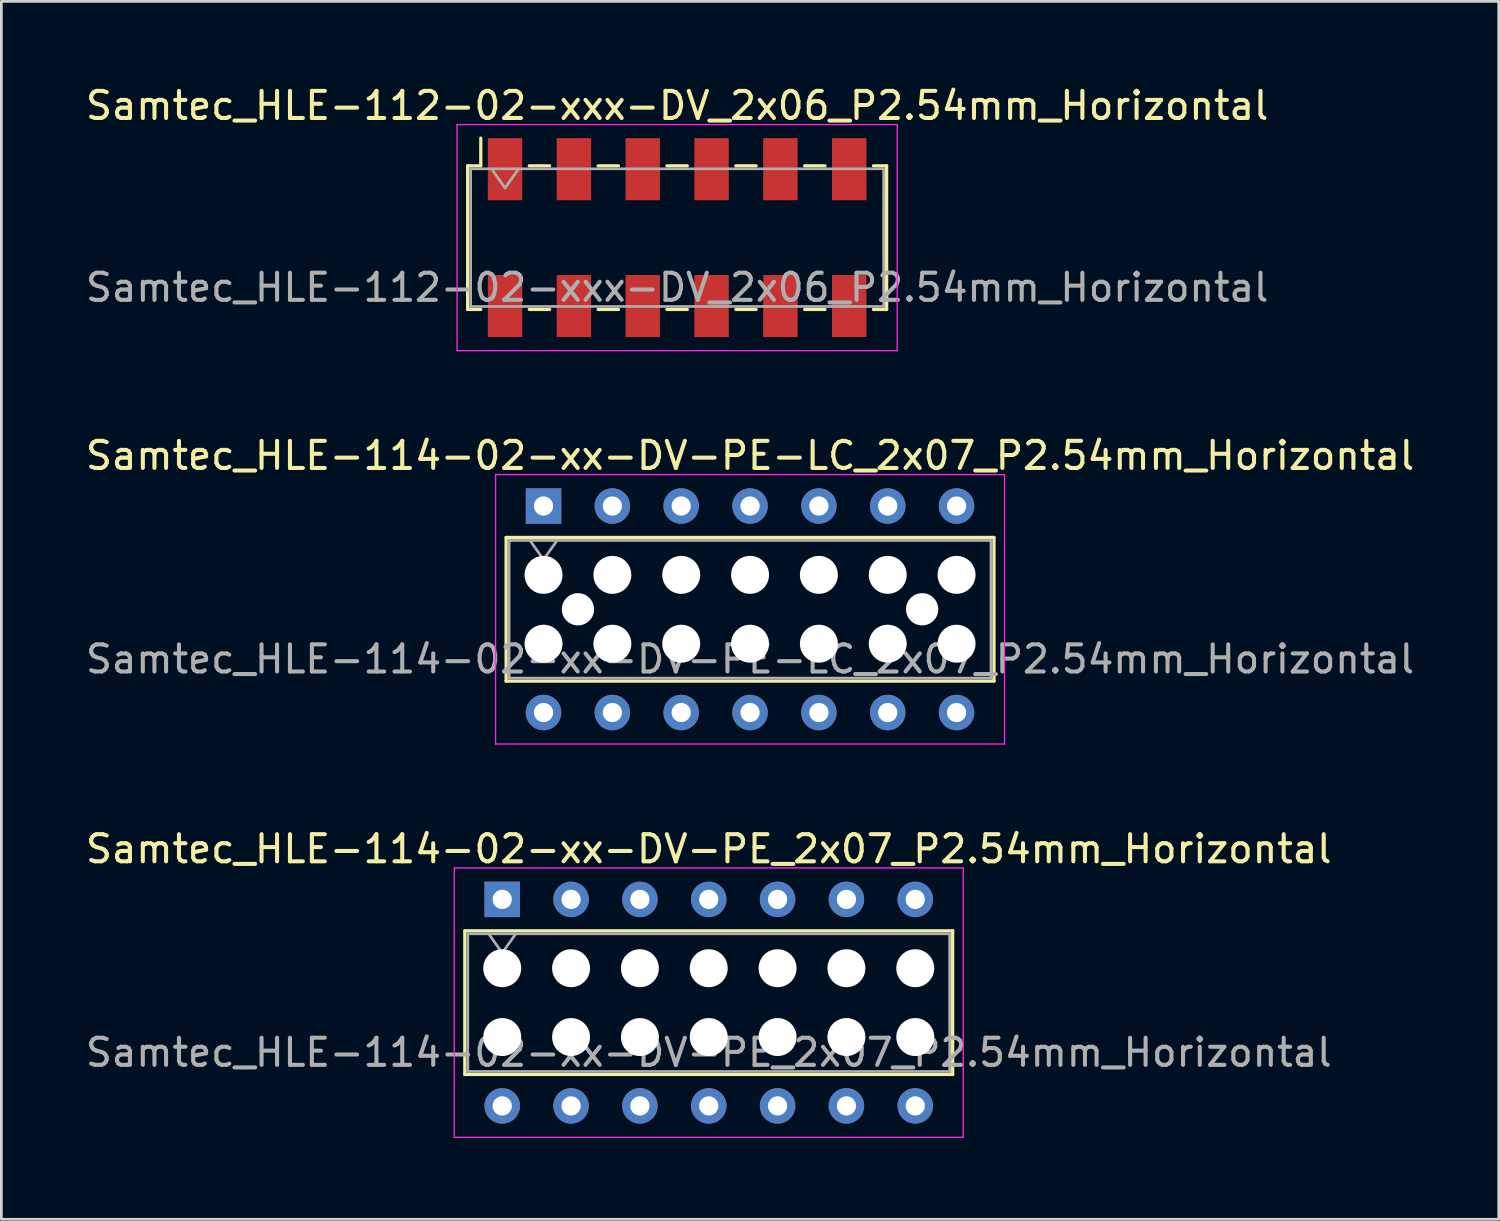
<source format=kicad_pcb>
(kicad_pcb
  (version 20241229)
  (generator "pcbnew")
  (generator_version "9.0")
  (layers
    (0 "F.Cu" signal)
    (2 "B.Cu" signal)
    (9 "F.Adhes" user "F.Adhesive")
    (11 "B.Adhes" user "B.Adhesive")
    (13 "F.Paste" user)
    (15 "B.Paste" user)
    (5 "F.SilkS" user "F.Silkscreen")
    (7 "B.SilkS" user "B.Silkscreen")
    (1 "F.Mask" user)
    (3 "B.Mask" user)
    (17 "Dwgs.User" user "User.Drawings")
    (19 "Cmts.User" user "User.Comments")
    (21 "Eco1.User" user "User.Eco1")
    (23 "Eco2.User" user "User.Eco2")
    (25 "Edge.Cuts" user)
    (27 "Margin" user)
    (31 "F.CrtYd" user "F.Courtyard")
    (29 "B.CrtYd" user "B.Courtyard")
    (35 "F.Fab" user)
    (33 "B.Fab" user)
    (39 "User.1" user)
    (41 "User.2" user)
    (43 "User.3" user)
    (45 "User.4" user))
  (footprint "Samtec_HLE-114-02-xx-DV-PE-LC_2x07_P2.54mm_Horizontal"
    (layer "F.Cu")
    (at 17.005 15.621)
    (property "Reference" "Samtec_HLE-114-02-xx-DV-PE-LC_2x07_P2.54mm_Horizontal" (at 7.62 -1.86 0) (layer "F.SilkS") (effects (font (size 1 1) (thickness 0.15))))
    (attr through_hole)
    (fp_line (start -1.38 1.16) (end 16.62 1.16) (stroke (width 0.12) (type solid)) (layer "F.SilkS"))
    (fp_line (start -1.38 6.46) (end -1.38 1.16) (stroke (width 0.12) (type solid)) (layer "F.SilkS"))
    (fp_line (start 16.62 1.16) (end 16.62 6.46) (stroke (width 0.12) (type solid)) (layer "F.SilkS"))
    (fp_line (start 16.62 6.46) (end -1.38 6.46) (stroke (width 0.12) (type solid)) (layer "F.SilkS"))
    (fp_line (start -1.77 -1.16) (end 17.01 -1.16) (stroke (width 0.05) (type solid)) (layer "F.CrtYd"))
    (fp_line (start -1.77 8.78) (end -1.77 -1.16) (stroke (width 0.05) (type solid)) (layer "F.CrtYd"))
    (fp_line (start 17.01 -1.16) (end 17.01 8.78) (stroke (width 0.05) (type solid)) (layer "F.CrtYd"))
    (fp_line (start 17.01 8.78) (end -1.77 8.78) (stroke (width 0.05) (type solid)) (layer "F.CrtYd"))
    (fp_line (start -1.27 1.27) (end 16.51 1.27) (stroke (width 0.1) (type solid)) (layer "F.Fab"))
    (fp_line (start -1.27 6.35) (end -1.27 1.27) (stroke (width 0.1) (type solid)) (layer "F.Fab"))
    (fp_line (start -0.5 1.27) (end 0 1.977) (stroke (width 0.1) (type solid)) (layer "F.Fab"))
    (fp_line (start 0 1.977) (end 0.5 1.27) (stroke (width 0.1) (type solid)) (layer "F.Fab"))
    (fp_line (start 16.51 1.27) (end 16.51 6.35) (stroke (width 0.1) (type solid)) (layer "F.Fab"))
    (fp_line (start 16.51 6.35) (end -1.27 6.35) (stroke (width 0.1) (type solid)) (layer "F.Fab"))
    (fp_text user "${REFERENCE}" (at 7.62 5.65 0) (layer "F.Fab") (effects (font (size 1 1) (thickness 0.15))))
    (pad "" np_thru_hole circle (at 0 2.54) (size 1.4 1.4) (drill 1.4) (layers "*.Cu" "*.Mask"))
    (pad "" np_thru_hole circle (at 0 5.08) (size 1.4 1.4) (drill 1.4) (layers "*.Cu" "*.Mask"))
    (pad "" np_thru_hole circle (at 1.27 3.81) (size 1.19 1.19) (drill 1.19) (layers "*.Cu" "*.Mask"))
    (pad "" np_thru_hole circle (at 2.54 2.54) (size 1.4 1.4) (drill 1.4) (layers "*.Cu" "*.Mask"))
    (pad "" np_thru_hole circle (at 2.54 5.08) (size 1.4 1.4) (drill 1.4) (layers "*.Cu" "*.Mask"))
    (pad "" np_thru_hole circle (at 5.08 2.54) (size 1.4 1.4) (drill 1.4) (layers "*.Cu" "*.Mask"))
    (pad "" np_thru_hole circle (at 5.08 5.08) (size 1.4 1.4) (drill 1.4) (layers "*.Cu" "*.Mask"))
    (pad "" np_thru_hole circle (at 7.62 2.54) (size 1.4 1.4) (drill 1.4) (layers "*.Cu" "*.Mask"))
    (pad "" np_thru_hole circle (at 7.62 5.08) (size 1.4 1.4) (drill 1.4) (layers "*.Cu" "*.Mask"))
    (pad "" np_thru_hole circle (at 10.16 2.54) (size 1.4 1.4) (drill 1.4) (layers "*.Cu" "*.Mask"))
    (pad "" np_thru_hole circle (at 10.16 5.08) (size 1.4 1.4) (drill 1.4) (layers "*.Cu" "*.Mask"))
    (pad "" np_thru_hole circle (at 12.7 2.54) (size 1.4 1.4) (drill 1.4) (layers "*.Cu" "*.Mask"))
    (pad "" np_thru_hole circle (at 12.7 5.08) (size 1.4 1.4) (drill 1.4) (layers "*.Cu" "*.Mask"))
    (pad "" np_thru_hole circle (at 13.97 3.81) (size 1.19 1.19) (drill 1.19) (layers "*.Cu" "*.Mask"))
    (pad "" np_thru_hole circle (at 15.24 2.54) (size 1.4 1.4) (drill 1.4) (layers "*.Cu" "*.Mask"))
    (pad "" np_thru_hole circle (at 15.24 5.08) (size 1.4 1.4) (drill 1.4) (layers "*.Cu" "*.Mask"))
    (pad "1" thru_hole rect (at 0 0) (size 1.31 1.31) (drill 0.71) (layers "*.Cu" "*.Mask"))
    (pad "2" thru_hole circle (at 0 7.62) (size 1.31 1.31) (drill 0.71) (layers "*.Cu" "*.Mask"))
    (pad "3" thru_hole circle (at 2.54 0) (size 1.31 1.31) (drill 0.71) (layers "*.Cu" "*.Mask"))
    (pad "4" thru_hole circle (at 2.54 7.62) (size 1.31 1.31) (drill 0.71) (layers "*.Cu" "*.Mask"))
    (pad "5" thru_hole circle (at 5.08 0) (size 1.31 1.31) (drill 0.71) (layers "*.Cu" "*.Mask"))
    (pad "6" thru_hole circle (at 5.08 7.62) (size 1.31 1.31) (drill 0.71) (layers "*.Cu" "*.Mask"))
    (pad "7" thru_hole circle (at 7.62 0) (size 1.31 1.31) (drill 0.71) (layers "*.Cu" "*.Mask"))
    (pad "8" thru_hole circle (at 7.62 7.62) (size 1.31 1.31) (drill 0.71) (layers "*.Cu" "*.Mask"))
    (pad "9" thru_hole circle (at 10.16 0) (size 1.31 1.31) (drill 0.71) (layers "*.Cu" "*.Mask"))
    (pad "10" thru_hole circle (at 10.16 7.62) (size 1.31 1.31) (drill 0.71) (layers "*.Cu" "*.Mask"))
    (pad "11" thru_hole circle (at 12.7 0) (size 1.31 1.31) (drill 0.71) (layers "*.Cu" "*.Mask"))
    (pad "12" thru_hole circle (at 12.7 7.62) (size 1.31 1.31) (drill 0.71) (layers "*.Cu" "*.Mask"))
    (pad "13" thru_hole circle (at 15.24 0) (size 1.31 1.31) (drill 0.71) (layers "*.Cu" "*.Mask"))
    (pad "14" thru_hole circle (at 15.24 7.62) (size 1.31 1.31) (drill 0.71) (layers "*.Cu" "*.Mask")))
  (footprint "Samtec_HLE-112-02-xxx-DV_2x06_P2.54mm_Horizontal"
    (layer "F.Cu")
    (at 21.935 5.718)
    (property "Reference" "Samtec_HLE-112-02-xxx-DV_2x06_P2.54mm_Horizontal" (at 0 -4.87 0) (layer "F.SilkS") (effects (font (size 1 1) (thickness 0.15))))
    (attr smd)
    (fp_line (start -7.73 -2.65) (end -7.73 2.65) (stroke (width 0.12) (type solid)) (layer "F.SilkS"))
    (fp_line (start -7.73 2.65) (end -7.245 2.65) (stroke (width 0.12) (type solid)) (layer "F.SilkS"))
    (fp_line (start -7.245 -3.67) (end -7.245 -2.65) (stroke (width 0.12) (type solid)) (layer "F.SilkS"))
    (fp_line (start -7.245 -2.65) (end -7.73 -2.65) (stroke (width 0.12) (type solid)) (layer "F.SilkS"))
    (fp_line (start -5.455 -2.65) (end -4.705 -2.65) (stroke (width 0.12) (type solid)) (layer "F.SilkS"))
    (fp_line (start -5.455 2.65) (end -4.705 2.65) (stroke (width 0.12) (type solid)) (layer "F.SilkS"))
    (fp_line (start -2.915 -2.65) (end -2.165 -2.65) (stroke (width 0.12) (type solid)) (layer "F.SilkS"))
    (fp_line (start -2.915 2.65) (end -2.165 2.65) (stroke (width 0.12) (type solid)) (layer "F.SilkS"))
    (fp_line (start -0.375 -2.65) (end 0.375 -2.65) (stroke (width 0.12) (type solid)) (layer "F.SilkS"))
    (fp_line (start -0.375 2.65) (end 0.375 2.65) (stroke (width 0.12) (type solid)) (layer "F.SilkS"))
    (fp_line (start 2.165 -2.65) (end 2.915 -2.65) (stroke (width 0.12) (type solid)) (layer "F.SilkS"))
    (fp_line (start 2.165 2.65) (end 2.915 2.65) (stroke (width 0.12) (type solid)) (layer "F.SilkS"))
    (fp_line (start 4.705 -2.65) (end 5.455 -2.65) (stroke (width 0.12) (type solid)) (layer "F.SilkS"))
    (fp_line (start 4.705 2.65) (end 5.455 2.65) (stroke (width 0.12) (type solid)) (layer "F.SilkS"))
    (fp_line (start 7.245 -2.65) (end 7.73 -2.65) (stroke (width 0.12) (type solid)) (layer "F.SilkS"))
    (fp_line (start 7.73 -2.65) (end 7.73 2.65) (stroke (width 0.12) (type solid)) (layer "F.SilkS"))
    (fp_line (start 7.73 2.65) (end 7.245 2.65) (stroke (width 0.12) (type solid)) (layer "F.SilkS"))
    (fp_line (start -8.12 -4.17) (end 8.12 -4.17) (stroke (width 0.05) (type solid)) (layer "F.CrtYd"))
    (fp_line (start -8.12 4.17) (end -8.12 -4.17) (stroke (width 0.05) (type solid)) (layer "F.CrtYd"))
    (fp_line (start 8.12 -4.17) (end 8.12 4.17) (stroke (width 0.05) (type solid)) (layer "F.CrtYd"))
    (fp_line (start 8.12 4.17) (end -8.12 4.17) (stroke (width 0.05) (type solid)) (layer "F.CrtYd"))
    (fp_line (start -7.62 -2.54) (end 7.62 -2.54) (stroke (width 0.1) (type solid)) (layer "F.Fab"))
    (fp_line (start -7.62 2.54) (end -7.62 -2.54) (stroke (width 0.1) (type solid)) (layer "F.Fab"))
    (fp_line (start -6.85 -2.54) (end -6.35 -1.833) (stroke (width 0.1) (type solid)) (layer "F.Fab"))
    (fp_line (start -6.35 -1.833) (end -5.85 -2.54) (stroke (width 0.1) (type solid)) (layer "F.Fab"))
    (fp_line (start 7.62 -2.54) (end 7.62 2.54) (stroke (width 0.1) (type solid)) (layer "F.Fab"))
    (fp_line (start 7.62 2.54) (end -7.62 2.54) (stroke (width 0.1) (type solid)) (layer "F.Fab"))
    (fp_text user "${REFERENCE}" (at 0 1.84 0) (layer "F.Fab") (effects (font (size 1 1) (thickness 0.15))))
    (pad "1" smd rect (at -6.35 -2.525) (size 1.27 2.29) (layers "F.Cu" "F.Mask" "F.Paste"))
    (pad "2" smd rect (at -6.35 2.525) (size 1.27 2.29) (layers "F.Cu" "F.Mask" "F.Paste"))
    (pad "3" smd rect (at -3.81 -2.525) (size 1.27 2.29) (layers "F.Cu" "F.Mask" "F.Paste"))
    (pad "4" smd rect (at -3.81 2.525) (size 1.27 2.29) (layers "F.Cu" "F.Mask" "F.Paste"))
    (pad "5" smd rect (at -1.27 -2.525) (size 1.27 2.29) (layers "F.Cu" "F.Mask" "F.Paste"))
    (pad "6" smd rect (at -1.27 2.525) (size 1.27 2.29) (layers "F.Cu" "F.Mask" "F.Paste"))
    (pad "7" smd rect (at 1.27 -2.525) (size 1.27 2.29) (layers "F.Cu" "F.Mask" "F.Paste"))
    (pad "8" smd rect (at 1.27 2.525) (size 1.27 2.29) (layers "F.Cu" "F.Mask" "F.Paste"))
    (pad "9" smd rect (at 3.81 -2.525) (size 1.27 2.29) (layers "F.Cu" "F.Mask" "F.Paste"))
    (pad "10" smd rect (at 3.81 2.525) (size 1.27 2.29) (layers "F.Cu" "F.Mask" "F.Paste"))
    (pad "11" smd rect (at 6.35 -2.525) (size 1.27 2.29) (layers "F.Cu" "F.Mask" "F.Paste"))
    (pad "12" smd rect (at 6.35 2.525) (size 1.27 2.29) (layers "F.Cu" "F.Mask" "F.Paste")))
  (footprint "Samtec_HLE-114-02-xx-DV-PE_2x07_P2.54mm_Horizontal"
    (layer "F.Cu")
    (at 15.481 30.135)
    (property "Reference" "Samtec_HLE-114-02-xx-DV-PE_2x07_P2.54mm_Horizontal" (at 7.62 -1.86 0) (layer "F.SilkS") (effects (font (size 1 1) (thickness 0.15))))
    (attr through_hole)
    (fp_line (start -1.38 1.16) (end 16.62 1.16) (stroke (width 0.12) (type solid)) (layer "F.SilkS"))
    (fp_line (start -1.38 6.46) (end -1.38 1.16) (stroke (width 0.12) (type solid)) (layer "F.SilkS"))
    (fp_line (start 16.62 1.16) (end 16.62 6.46) (stroke (width 0.12) (type solid)) (layer "F.SilkS"))
    (fp_line (start 16.62 6.46) (end -1.38 6.46) (stroke (width 0.12) (type solid)) (layer "F.SilkS"))
    (fp_line (start -1.77 -1.16) (end 17.01 -1.16) (stroke (width 0.05) (type solid)) (layer "F.CrtYd"))
    (fp_line (start -1.77 8.78) (end -1.77 -1.16) (stroke (width 0.05) (type solid)) (layer "F.CrtYd"))
    (fp_line (start 17.01 -1.16) (end 17.01 8.78) (stroke (width 0.05) (type solid)) (layer "F.CrtYd"))
    (fp_line (start 17.01 8.78) (end -1.77 8.78) (stroke (width 0.05) (type solid)) (layer "F.CrtYd"))
    (fp_line (start -1.27 1.27) (end 16.51 1.27) (stroke (width 0.1) (type solid)) (layer "F.Fab"))
    (fp_line (start -1.27 6.35) (end -1.27 1.27) (stroke (width 0.1) (type solid)) (layer "F.Fab"))
    (fp_line (start -0.5 1.27) (end 0 1.977) (stroke (width 0.1) (type solid)) (layer "F.Fab"))
    (fp_line (start 0 1.977) (end 0.5 1.27) (stroke (width 0.1) (type solid)) (layer "F.Fab"))
    (fp_line (start 16.51 1.27) (end 16.51 6.35) (stroke (width 0.1) (type solid)) (layer "F.Fab"))
    (fp_line (start 16.51 6.35) (end -1.27 6.35) (stroke (width 0.1) (type solid)) (layer "F.Fab"))
    (fp_text user "${REFERENCE}" (at 7.62 5.65 0) (layer "F.Fab") (effects (font (size 1 1) (thickness 0.15))))
    (pad "" np_thru_hole circle (at 0 2.54) (size 1.4 1.4) (drill 1.4) (layers "*.Cu" "*.Mask"))
    (pad "" np_thru_hole circle (at 0 5.08) (size 1.4 1.4) (drill 1.4) (layers "*.Cu" "*.Mask"))
    (pad "" np_thru_hole circle (at 2.54 2.54) (size 1.4 1.4) (drill 1.4) (layers "*.Cu" "*.Mask"))
    (pad "" np_thru_hole circle (at 2.54 5.08) (size 1.4 1.4) (drill 1.4) (layers "*.Cu" "*.Mask"))
    (pad "" np_thru_hole circle (at 5.08 2.54) (size 1.4 1.4) (drill 1.4) (layers "*.Cu" "*.Mask"))
    (pad "" np_thru_hole circle (at 5.08 5.08) (size 1.4 1.4) (drill 1.4) (layers "*.Cu" "*.Mask"))
    (pad "" np_thru_hole circle (at 7.62 2.54) (size 1.4 1.4) (drill 1.4) (layers "*.Cu" "*.Mask"))
    (pad "" np_thru_hole circle (at 7.62 5.08) (size 1.4 1.4) (drill 1.4) (layers "*.Cu" "*.Mask"))
    (pad "" np_thru_hole circle (at 10.16 2.54) (size 1.4 1.4) (drill 1.4) (layers "*.Cu" "*.Mask"))
    (pad "" np_thru_hole circle (at 10.16 5.08) (size 1.4 1.4) (drill 1.4) (layers "*.Cu" "*.Mask"))
    (pad "" np_thru_hole circle (at 12.7 2.54) (size 1.4 1.4) (drill 1.4) (layers "*.Cu" "*.Mask"))
    (pad "" np_thru_hole circle (at 12.7 5.08) (size 1.4 1.4) (drill 1.4) (layers "*.Cu" "*.Mask"))
    (pad "" np_thru_hole circle (at 15.24 2.54) (size 1.4 1.4) (drill 1.4) (layers "*.Cu" "*.Mask"))
    (pad "" np_thru_hole circle (at 15.24 5.08) (size 1.4 1.4) (drill 1.4) (layers "*.Cu" "*.Mask"))
    (pad "1" thru_hole rect (at 0 0) (size 1.31 1.31) (drill 0.71) (layers "*.Cu" "*.Mask"))
    (pad "2" thru_hole circle (at 0 7.62) (size 1.31 1.31) (drill 0.71) (layers "*.Cu" "*.Mask"))
    (pad "3" thru_hole circle (at 2.54 0) (size 1.31 1.31) (drill 0.71) (layers "*.Cu" "*.Mask"))
    (pad "4" thru_hole circle (at 2.54 7.62) (size 1.31 1.31) (drill 0.71) (layers "*.Cu" "*.Mask"))
    (pad "5" thru_hole circle (at 5.08 0) (size 1.31 1.31) (drill 0.71) (layers "*.Cu" "*.Mask"))
    (pad "6" thru_hole circle (at 5.08 7.62) (size 1.31 1.31) (drill 0.71) (layers "*.Cu" "*.Mask"))
    (pad "7" thru_hole circle (at 7.62 0) (size 1.31 1.31) (drill 0.71) (layers "*.Cu" "*.Mask"))
    (pad "8" thru_hole circle (at 7.62 7.62) (size 1.31 1.31) (drill 0.71) (layers "*.Cu" "*.Mask"))
    (pad "9" thru_hole circle (at 10.16 0) (size 1.31 1.31) (drill 0.71) (layers "*.Cu" "*.Mask"))
    (pad "10" thru_hole circle (at 10.16 7.62) (size 1.31 1.31) (drill 0.71) (layers "*.Cu" "*.Mask"))
    (pad "11" thru_hole circle (at 12.7 0) (size 1.31 1.31) (drill 0.71) (layers "*.Cu" "*.Mask"))
    (pad "12" thru_hole circle (at 12.7 7.62) (size 1.31 1.31) (drill 0.71) (layers "*.Cu" "*.Mask"))
    (pad "13" thru_hole circle (at 15.24 0) (size 1.31 1.31) (drill 0.71) (layers "*.Cu" "*.Mask"))
    (pad "14" thru_hole circle (at 15.24 7.62) (size 1.31 1.31) (drill 0.71) (layers "*.Cu" "*.Mask")))
  (gr_rect
    (start -3 -3)
    (end 52.25 41.94)
    (stroke (width 0.1) (type default))
    (fill no)
    (layer "Edge.Cuts")))
</source>
